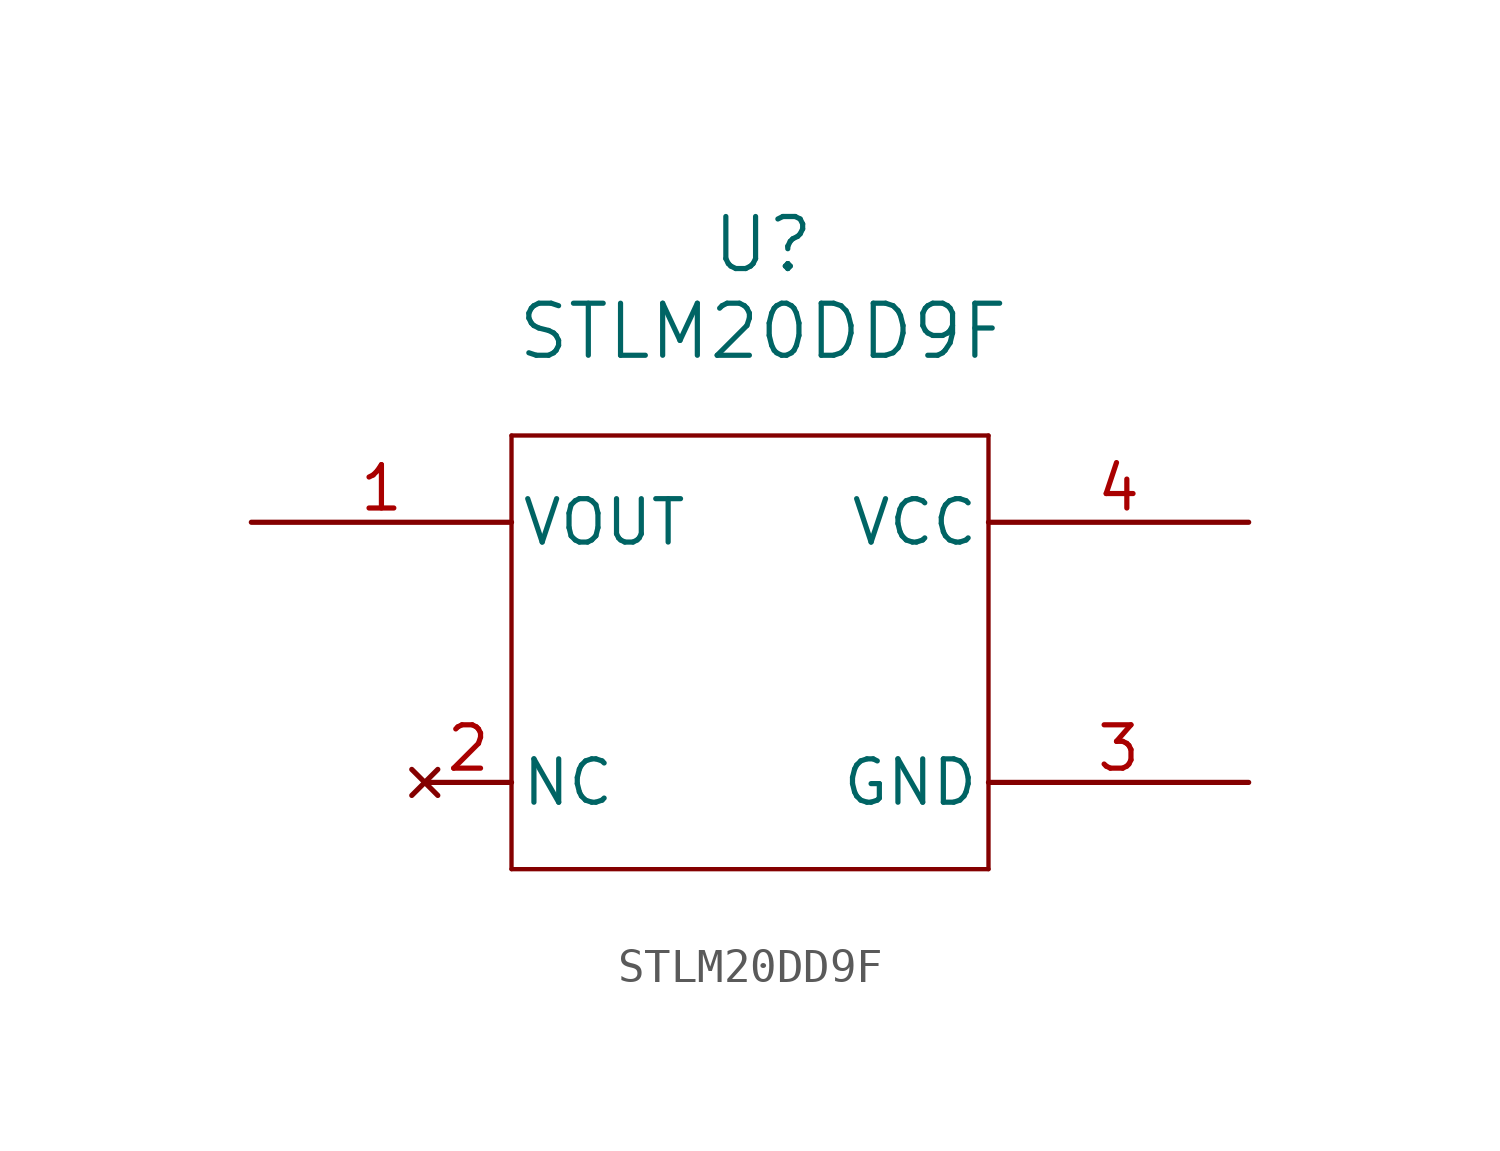
<source format=kicad_sym>
(kicad_symbol_lib
  (version 20241209)
  (generator "kicad_symbol_editor")
  (generator_version "9.0")
  (symbol "STLM20DD9F"
    (pin_names
      (offset 0.254))
    (property "Reference" "U"
      (at 8.636 10.668 0)
      (effects (font (size 1.524 1.524))))
    (property "Value" "STLM20DD9F"
      (at 8.636 8.128 0)
      (effects (font (size 1.524 1.524))))
    (symbol "STLM20DD9F_0_1"
      (polyline (pts (xy 1.27 5.08) (xy 1.27 -7.62)) (stroke (width 0.127) (type default)) (fill (type none)))
      (polyline (pts (xy 1.27 -7.62) (xy 15.24 -7.62)) (stroke (width 0.127) (type default)) (fill (type none)))
      (polyline (pts (xy 15.24 5.08) (xy 1.27 5.08)) (stroke (width 0.127) (type default)) (fill (type none)))
      (polyline (pts (xy 15.24 -7.62) (xy 15.24 5.08)) (stroke (width 0.127) (type default)) (fill (type none)))
      (pin output line (at -6.35 2.54 0) (length 7.62) (name "VOUT" (effects (font (size 1.27 1.27)))) (number "1" (effects (font (size 1.27 1.27)))))
      (pin no_connect line (at -1.27 -5.08 0) (length 2.54) (name "NC" (effects (font (size 1.27 1.27)))) (number "2" (effects (font (size 1.27 1.27))))))
    (symbol "STLM20DD9F_1_1"
      (pin passive line (at 22.86 2.54 180) (length 7.62) (name "VCC" (effects (font (size 1.27 1.27)))) (number "4" (effects (font (size 1.27 1.27)))))
      (pin passive line (at 22.86 -5.08 180) (length 7.62) (name "GND" (effects (font (size 1.27 1.27)))) (number "3" (effects (font (size 1.27 1.27))))))))
</source>
